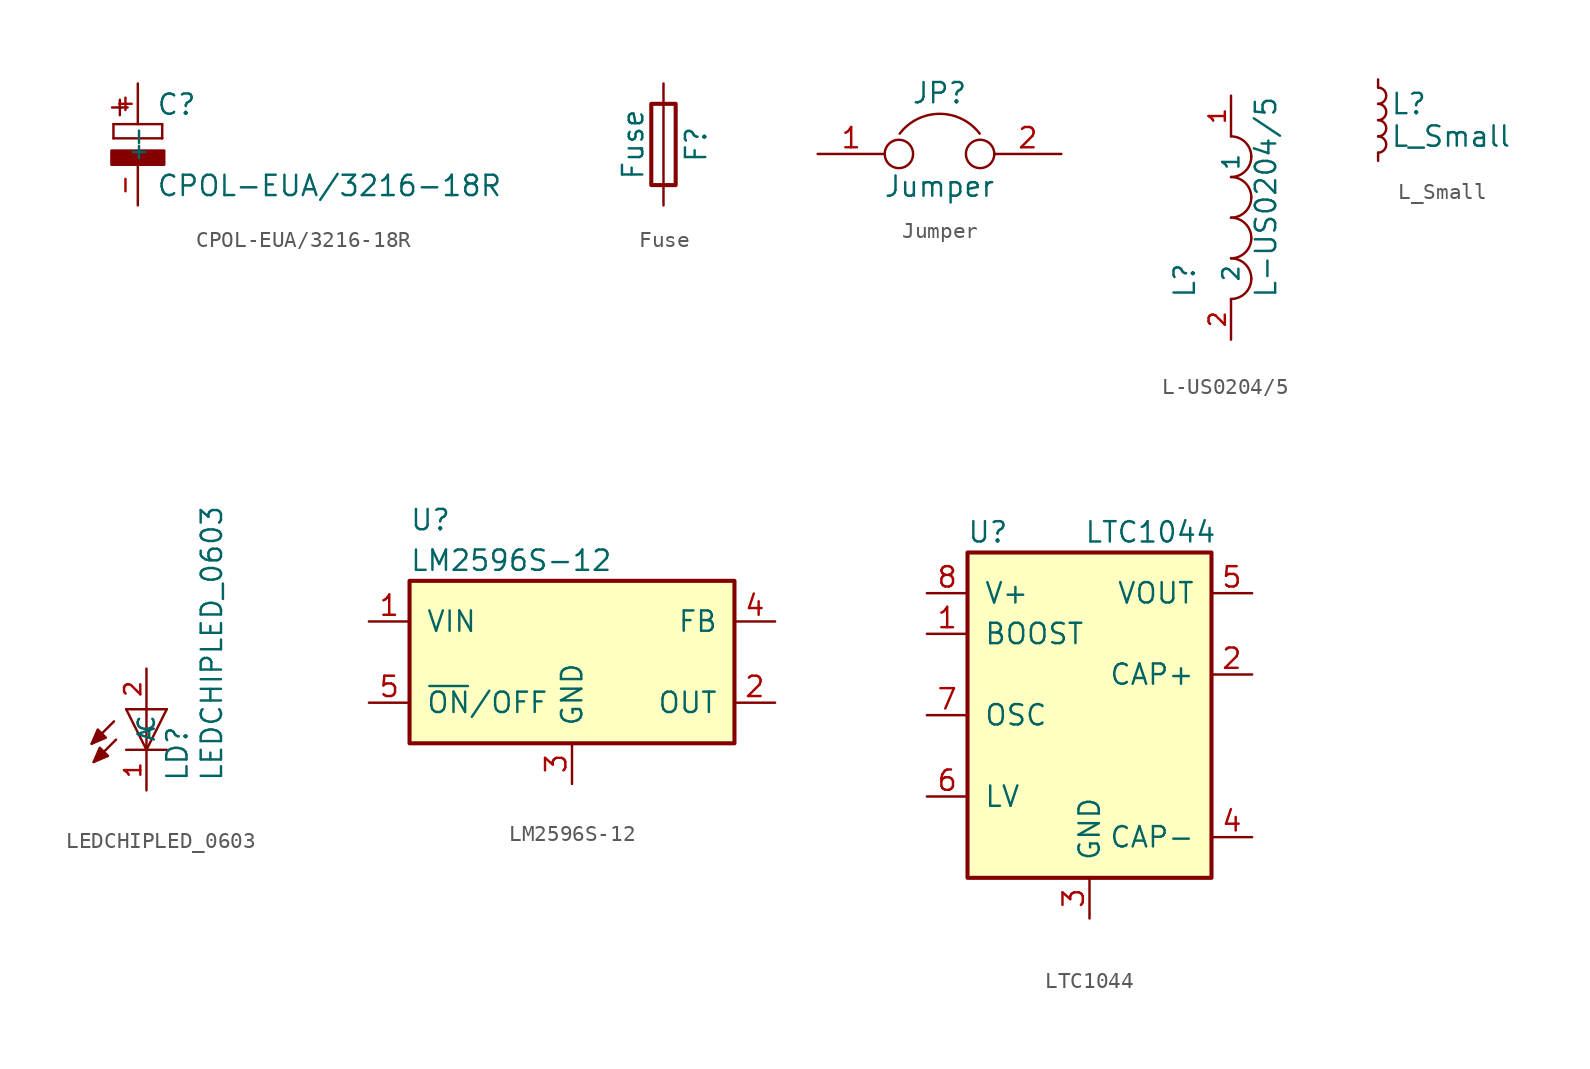
<source format=kicad_sym>
(kicad_symbol_lib
  (version 20231120)
  (generator "kicad_symbol_editor")
  (generator_version "8.0")
  (symbol "CPOL-EUA/3216-18R"
    (pin_names
      (offset 1.016))
    (property "Reference" "C"
      (at 1.143 0.483 0)
      (effects (font (size 1.27 1.27)) (justify left bottom)))
    (property "Value" "CPOL-EUA/3216-18R"
      (at 1.143 -4.597 0)
      (effects (font (size 1.27 1.27)) (justify left bottom)))
    (property "ki_locked" ""
      (at 0 0 0)
      (effects (font (size 1.27 1.27))))
    (symbol "CPOL-EUA/3216-18R_1_0"
      (polyline (pts (xy -1.524 -0.889) (xy 1.524 -0.889)) (stroke (width 0) (type solid)) (fill (type none)))
      (polyline (pts (xy -1.524 0) (xy -1.524 -0.889)) (stroke (width 0) (type solid)) (fill (type none)))
      (polyline (pts (xy -1.524 0) (xy 1.524 0)) (stroke (width 0) (type solid)) (fill (type none)))
      (polyline (pts (xy 1.524 -0.889) (xy 1.524 0)) (stroke (width 0) (type solid)) (fill (type none)))
      (text "+" (at -1.219 1.041 1) (effects (font (size 1.27 1.27)))))
    (symbol "CPOL-EUA/3216-18R_1_1"
      (rectangle (start -1.651 -2.54) (end 1.651 -1.651) (stroke (width 0) (type solid)) (fill (type outline)))
      (pin passive line (at 0 2.54 270) (length 2.54) (name "+" (effects (font (size 1.016 1.016)))) (number "+" (effects (font (size 1.016 1.016)))))
      (pin passive line (at 0 -5.08 90) (length 2.54) (name "-" (effects (font (size 1.016 1.016)))) (number "-" (effects (font (size 1.016 1.016)))))))
  (symbol "Fuse"
    (pin_numbers hide)
    (pin_names
      (offset 0))
    (property "Reference" "F"
      (at 2.032 0 90)
      (effects (font (size 1.27 1.27))))
    (property "Value" "Fuse"
      (at -1.905 0 90)
      (effects (font (size 1.27 1.27))))
    (symbol "Fuse_0_1"
      (rectangle (start -0.762 -2.54) (end 0.762 2.54) (stroke (width 0.254) (type solid)) (fill (type none)))
      (polyline (pts (xy 0 2.54) (xy 0 -2.54)) (stroke (width 0) (type solid)) (fill (type none))))
    (symbol "Fuse_1_1"
      (pin passive line (at 0 3.81 270) (length 1.27) (name "~" (effects (font (size 1.27 1.27)))) (number "1" (effects (font (size 1.27 1.27)))))
      (pin passive line (at 0 -3.81 90) (length 1.27) (name "~" (effects (font (size 1.27 1.27)))) (number "2" (effects (font (size 1.27 1.27)))))))
  (symbol "Jumper"
    (pin_names
      (offset 0.762) hide)
    (property "Reference" "JP"
      (at 0 3.81 0)
      (effects (font (size 1.27 1.27))))
    (property "Value" "Jumper"
      (at 0 -2.032 0)
      (effects (font (size 1.27 1.27))))
    (symbol "Jumper_0_1"
      (circle (center -2.54 0) (radius 0.889) (stroke (width 0) (type solid)) (fill (type none)))
      (arc (start 2.5146 1.27) (mid 0.0078 2.5097) (end -2.4892 1.27) (stroke (width 0) (type solid)) (fill (type none)))
      (circle (center 2.54 0) (radius 0.889) (stroke (width 0) (type solid)) (fill (type none)))
      (pin passive line (at -7.62 0 0) (length 4.191) (name "1" (effects (font (size 1.27 1.27)))) (number "1" (effects (font (size 1.27 1.27)))))
      (pin passive line (at 7.62 0 180) (length 4.191) (name "2" (effects (font (size 1.27 1.27)))) (number "2" (effects (font (size 1.27 1.27)))))))
  (symbol "L-US0204/5"
    (pin_names
      (offset 1.016))
    (property "Reference" "L"
      (at -2.159 -5.08 90)
      (effects (font (size 1.27 1.27)) (justify left bottom)))
    (property "Value" "L-US0204/5"
      (at 2.921 -5.08 90)
      (effects (font (size 1.27 1.27)) (justify left bottom)))
    (property "ki_locked" ""
      (at 0 0 0)
      (effects (font (size 1.27 1.27))))
    (symbol "L-US0204/5_1_1"
      (arc (start 0 -5.08) (mid 0.898 -4.708) (end 1.27 -3.81) (stroke (width 0) (type solid)) (fill (type none)))
      (arc (start 0 -2.54) (mid 0.898 -2.168) (end 1.27 -1.27) (stroke (width 0) (type solid)) (fill (type none)))
      (arc (start 0 0) (mid 0.898 0.372) (end 1.27 1.27) (stroke (width 0) (type solid)) (fill (type none)))
      (arc (start 0 2.54) (mid 0.898 2.912) (end 1.27 3.81) (stroke (width 0) (type solid)) (fill (type none)))
      (arc (start 1.27 -3.81) (mid 0.898 -2.912) (end 0 -2.54) (stroke (width 0) (type solid)) (fill (type none)))
      (arc (start 1.27 -1.27) (mid 0.898 -0.372) (end 0 0) (stroke (width 0) (type solid)) (fill (type none)))
      (arc (start 1.27 1.27) (mid 0.898 2.168) (end 0 2.54) (stroke (width 0) (type solid)) (fill (type none)))
      (arc (start 1.27 3.81) (mid 0.898 4.708) (end 0 5.08) (stroke (width 0) (type solid)) (fill (type none)))
      (pin passive line (at 0 7.62 270) (length 2.54) (name "1" (effects (font (size 1.016 1.016)))) (number "1" (effects (font (size 1.016 1.016)))))
      (pin passive line (at 0 -7.62 90) (length 2.54) (name "2" (effects (font (size 1.016 1.016)))) (number "2" (effects (font (size 1.016 1.016)))))))
  (symbol "L_Small"
    (pin_numbers hide)
    (pin_names
      (offset 0.254) hide)
    (property "Reference" "L"
      (at 0.762 1.016 0)
      (effects (font (size 1.27 1.27)) (justify left)))
    (property "Value" "L_Small"
      (at 0.762 -1.016 0)
      (effects (font (size 1.27 1.27)) (justify left)))
    (symbol "L_Small_0_1"
      (arc (start 0 -2.032) (mid 0.508 -1.524) (end 0 -1.016) (stroke (width 0) (type solid)) (fill (type none)))
      (arc (start 0 -1.016) (mid 0.508 -0.508) (end 0 0) (stroke (width 0) (type solid)) (fill (type none)))
      (arc (start 0 0) (mid 0.508 0.508) (end 0 1.016) (stroke (width 0) (type solid)) (fill (type none)))
      (arc (start 0 1.016) (mid 0.508 1.524) (end 0 2.032) (stroke (width 0) (type solid)) (fill (type none))))
    (symbol "L_Small_1_1"
      (pin passive line (at 0 2.54 270) (length 0.508) (name "~" (effects (font (size 1.27 1.27)))) (number "1" (effects (font (size 1.27 1.27)))))
      (pin passive line (at 0 -2.54 90) (length 0.508) (name "~" (effects (font (size 1.27 1.27)))) (number "2" (effects (font (size 1.27 1.27)))))))
  (symbol "LEDCHIPLED_0603"
    (pin_names
      (offset 1.016))
    (property "Reference" "LD"
      (at 2.667 -4.572 90)
      (effects (font (size 1.27 1.27)) (justify left bottom)))
    (property "Value" "LEDCHIPLED_0603"
      (at 4.826 -4.572 90)
      (effects (font (size 1.27 1.27)) (justify left bottom)))
    (property "ki_locked" ""
      (at 0 0 0)
      (effects (font (size 1.27 1.27))))
    (symbol "LEDCHIPLED_0603_1_0"
      (polyline (pts (xy -2.032 -0.762) (xy -3.429 -2.159)) (stroke (width 0) (type solid)) (fill (type none)))
      (polyline (pts (xy -1.905 -1.905) (xy -3.302 -3.302)) (stroke (width 0) (type solid)) (fill (type none)))
      (polyline (pts (xy 0 -2.54) (xy -1.27 -2.54)) (stroke (width 0) (type solid)) (fill (type none)))
      (polyline (pts (xy 0 -2.54) (xy -1.27 0)) (stroke (width 0) (type solid)) (fill (type none)))
      (polyline (pts (xy 0 0) (xy -1.27 0)) (stroke (width 0) (type solid)) (fill (type none)))
      (polyline (pts (xy 0 0) (xy 0 -2.54)) (stroke (width 0) (type solid)) (fill (type none)))
      (polyline (pts (xy 1.27 -2.54) (xy 0 -2.54)) (stroke (width 0) (type solid)) (fill (type none)))
      (polyline (pts (xy 1.27 0) (xy 0 -2.54)) (stroke (width 0) (type solid)) (fill (type none)))
      (polyline (pts (xy 1.27 0) (xy 0 0)) (stroke (width 0) (type solid)) (fill (type none))))
    (symbol "LEDCHIPLED_0603_1_1"
      (polyline (pts (xy -3.429 -2.159) (xy -3.048 -1.27) (xy -3.048 -1.27) (xy -2.54 -1.778) (xy -2.54 -1.778) (xy -3.429 -2.159)) (stroke (width 0) (type solid)) (fill (type outline)))
      (polyline (pts (xy -3.302 -3.302) (xy -2.921 -2.413) (xy -2.921 -2.413) (xy -2.413 -2.921) (xy -2.413 -2.921) (xy -3.302 -3.302)) (stroke (width 0) (type solid)) (fill (type outline)))
      (pin passive line (at 0 -5.08 90) (length 2.54) (name "C" (effects (font (size 1.016 1.016)))) (number "1" (effects (font (size 1.016 1.016)))))
      (pin passive line (at 0 2.54 270) (length 2.54) (name "A" (effects (font (size 1.016 1.016)))) (number "2" (effects (font (size 1.016 1.016)))))))
  (symbol "LM2596S-12"
    (pin_names
      (offset 1.016))
    (property "Reference" "U"
      (at -10.16 8.89 0)
      (effects (font (size 1.27 1.27)) (justify left)))
    (property "Value" "LM2596S-12"
      (at -10.16 6.35 0)
      (effects (font (size 1.27 1.27)) (justify left)))
    (symbol "LM2596S-12_0_1"
      (rectangle (start -10.16 5.08) (end 10.16 -5.08) (stroke (width 0.254) (type solid)) (fill (type background))))
    (symbol "LM2596S-12_1_1"
      (pin power_in line (at -12.7 2.54 0) (length 2.54) (name "VIN" (effects (font (size 1.27 1.27)))) (number "1" (effects (font (size 1.27 1.27)))))
      (pin output line (at 12.7 -2.54 180) (length 2.54) (name "OUT" (effects (font (size 1.27 1.27)))) (number "2" (effects (font (size 1.27 1.27)))))
      (pin power_in line (at 0 -7.62 90) (length 2.54) (name "GND" (effects (font (size 1.27 1.27)))) (number "3" (effects (font (size 1.27 1.27)))))
      (pin input line (at 12.7 2.54 180) (length 2.54) (name "FB" (effects (font (size 1.27 1.27)))) (number "4" (effects (font (size 1.27 1.27)))))
      (pin input line (at -12.7 -2.54 0) (length 2.54) (name "~{ON}/OFF" (effects (font (size 1.27 1.27)))) (number "5" (effects (font (size 1.27 1.27)))))))
  (symbol "LTC1044"
    (pin_names
      (offset 1.016))
    (property "Reference" "U"
      (at -6.35 11.43 0)
      (effects (font (size 1.27 1.27))))
    (property "Value" "LTC1044"
      (at 3.81 11.43 0)
      (effects (font (size 1.27 1.27))))
    (symbol "LTC1044_0_1"
      (rectangle (start -7.62 10.16) (end 7.62 -10.16) (stroke (width 0.254) (type solid)) (fill (type background))))
    (symbol "LTC1044_1_1"
      (pin input line (at -10.16 5.08 0) (length 2.54) (name "BOOST" (effects (font (size 1.27 1.27)))) (number "1" (effects (font (size 1.27 1.27)))))
      (pin input line (at 10.16 2.54 180) (length 2.54) (name "CAP+" (effects (font (size 1.27 1.27)))) (number "2" (effects (font (size 1.27 1.27)))))
      (pin power_in line (at 0 -12.7 90) (length 2.54) (name "GND" (effects (font (size 1.27 1.27)))) (number "3" (effects (font (size 1.27 1.27)))))
      (pin input line (at 10.16 -7.62 180) (length 2.54) (name "CAP-" (effects (font (size 1.27 1.27)))) (number "4" (effects (font (size 1.27 1.27)))))
      (pin power_out line (at 10.16 7.62 180) (length 2.54) (name "VOUT" (effects (font (size 1.27 1.27)))) (number "5" (effects (font (size 1.27 1.27)))))
      (pin input line (at -10.16 -5.08 0) (length 2.54) (name "LV" (effects (font (size 1.27 1.27)))) (number "6" (effects (font (size 1.27 1.27)))))
      (pin input line (at -10.16 0 0) (length 2.54) (name "OSC" (effects (font (size 1.27 1.27)))) (number "7" (effects (font (size 1.27 1.27)))))
      (pin power_in line (at -10.16 7.62 0) (length 2.54) (name "V+" (effects (font (size 1.27 1.27)))) (number "8" (effects (font (size 1.27 1.27))))))))
</source>
